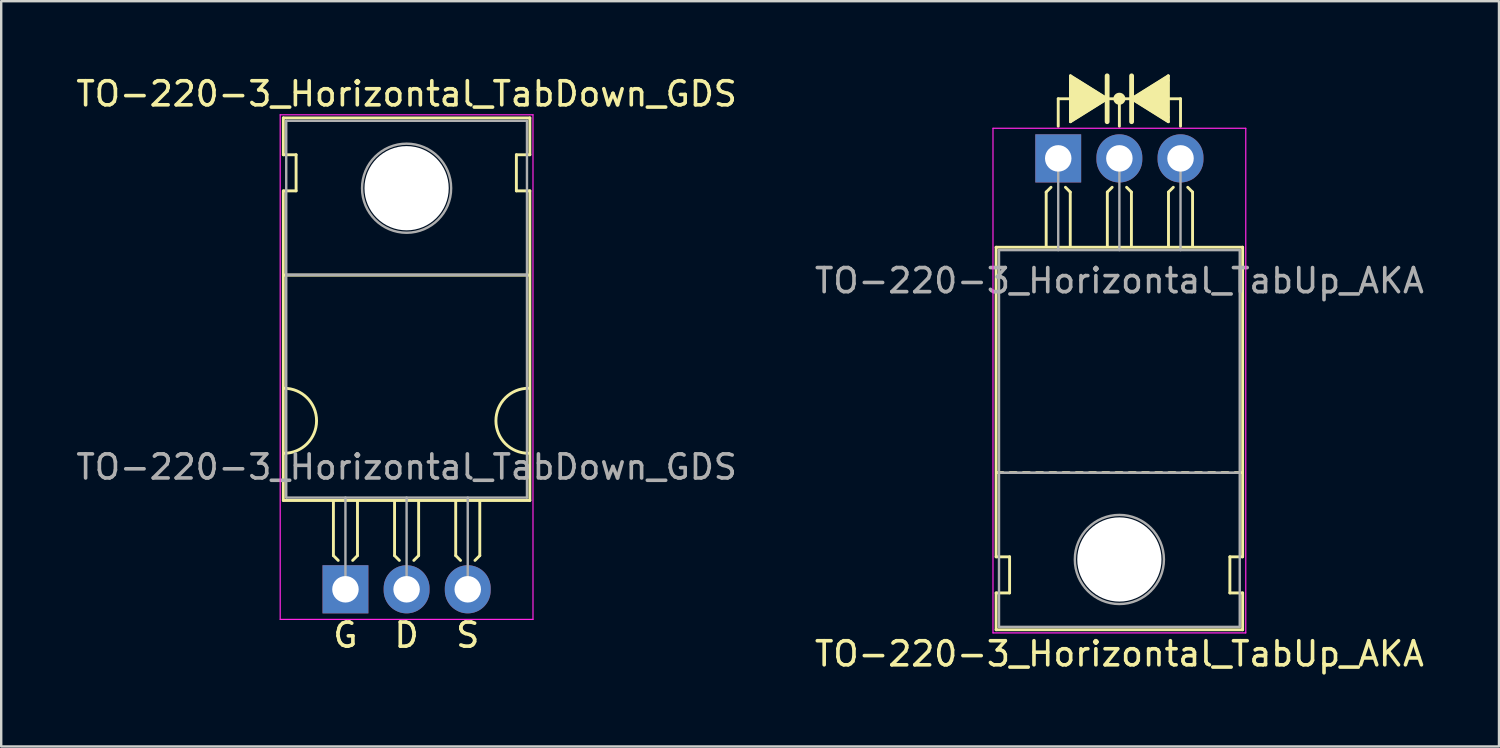
<source format=kicad_pcb>
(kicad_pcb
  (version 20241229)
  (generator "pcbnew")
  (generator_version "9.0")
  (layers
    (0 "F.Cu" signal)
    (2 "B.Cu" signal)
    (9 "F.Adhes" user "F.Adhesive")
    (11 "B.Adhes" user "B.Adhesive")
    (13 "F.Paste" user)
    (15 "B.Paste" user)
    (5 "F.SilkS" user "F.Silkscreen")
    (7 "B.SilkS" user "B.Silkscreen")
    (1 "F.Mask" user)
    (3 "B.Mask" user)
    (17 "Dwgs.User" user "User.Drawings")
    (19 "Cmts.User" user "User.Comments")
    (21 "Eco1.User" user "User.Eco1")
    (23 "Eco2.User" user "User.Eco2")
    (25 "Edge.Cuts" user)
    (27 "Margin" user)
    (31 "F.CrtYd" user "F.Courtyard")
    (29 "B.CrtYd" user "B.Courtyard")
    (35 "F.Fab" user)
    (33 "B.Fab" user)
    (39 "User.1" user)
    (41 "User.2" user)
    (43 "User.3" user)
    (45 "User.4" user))
  (footprint "TO-220-3_Horizontal_TabUp_AKA"
    (layer "F.Cu")
    (at 40.906 3.529)
    (property "Reference" "TO-220-3_Horizontal_TabUp_AKA" (at 2.54 20.58 0) (layer "F.SilkS") (effects (font (size 1 1) (thickness 0.15))))
    (attr through_hole)
    (fp_line (start -2.58 16.55) (end -2.58 3.69) (stroke (width 0.12) (type solid)) (layer "F.SilkS"))
    (fp_line (start -2.58 16.55) (end -2.02 16.55) (stroke (width 0.12) (type solid)) (layer "F.SilkS"))
    (fp_line (start -2.58 19.58) (end -2.58 18.05) (stroke (width 0.12) (type solid)) (layer "F.SilkS"))
    (fp_line (start -2.3 13.05) (end -2.55 13.05) (stroke (width 0.12) (type solid)) (layer "F.SilkS"))
    (fp_line (start -2.02 16.55) (end -2.02 18.05) (stroke (width 0.12) (type solid)) (layer "F.SilkS"))
    (fp_line (start -2.02 18.05) (end -2.58 18.05) (stroke (width 0.12) (type solid)) (layer "F.SilkS"))
    (fp_line (start -1.75 13.05) (end -2 13.05) (stroke (width 0.12) (type solid)) (layer "F.SilkS"))
    (fp_line (start -1.2 13.05) (end -1.45 13.05) (stroke (width 0.12) (type solid)) (layer "F.SilkS"))
    (fp_line (start -0.65 13.05) (end -0.9 13.05) (stroke (width 0.12) (type solid)) (layer "F.SilkS"))
    (fp_line (start -0.5 1.4) (end -0.3 1.2) (stroke (width 0.12) (type solid)) (layer "F.SilkS"))
    (fp_line (start -0.5 3.65) (end -0.5 1.4) (stroke (width 0.12) (type solid)) (layer "F.SilkS"))
    (fp_line (start -0.1 13.05) (end -0.35 13.05) (stroke (width 0.12) (type solid)) (layer "F.SilkS"))
    (fp_line (start 0 -2.477) (end 0.508 -2.477) (stroke (width 0.12) (type solid)) (layer "F.SilkS"))
    (fp_line (start 0 -1.333) (end 0 -2.477) (stroke (width 0.12) (type solid)) (layer "F.SilkS"))
    (fp_line (start 0.45 13.05) (end 0.2 13.05) (stroke (width 0.12) (type solid)) (layer "F.SilkS"))
    (fp_line (start 0.5 1.4) (end 0.3 1.2) (stroke (width 0.12) (type solid)) (layer "F.SilkS"))
    (fp_line (start 0.5 3.65) (end 0.5 1.4) (stroke (width 0.12) (type solid)) (layer "F.SilkS"))
    (fp_line (start 0.508 -3.429) (end 0.508 -1.524) (stroke (width 0.12) (type solid)) (layer "F.SilkS"))
    (fp_line (start 0.508 -1.524) (end 2.032 -2.477) (stroke (width 0.12) (type solid)) (layer "F.SilkS"))
    (fp_line (start 1 13.05) (end 0.75 13.05) (stroke (width 0.12) (type solid)) (layer "F.SilkS"))
    (fp_line (start 1.55 13.05) (end 1.3 13.05) (stroke (width 0.12) (type solid)) (layer "F.SilkS"))
    (fp_line (start 2.032 -2.477) (end 0.508 -3.429) (stroke (width 0.12) (type solid)) (layer "F.SilkS"))
    (fp_line (start 2.032 -1.524) (end 2.032 -3.429) (stroke (width 0.2) (type solid)) (layer "F.SilkS"))
    (fp_line (start 2.04 1.4) (end 2.24 1.2) (stroke (width 0.12) (type solid)) (layer "F.SilkS"))
    (fp_line (start 2.04 3.65) (end 2.04 1.4) (stroke (width 0.12) (type solid)) (layer "F.SilkS"))
    (fp_line (start 2.1 13.05) (end 1.85 13.05) (stroke (width 0.12) (type solid)) (layer "F.SilkS"))
    (fp_line (start 2.54 -2.477) (end 2.032 -2.477) (stroke (width 0.12) (type solid)) (layer "F.SilkS"))
    (fp_line (start 2.54 -2.477) (end 3.048 -2.477) (stroke (width 0.12) (type solid)) (layer "F.SilkS"))
    (fp_line (start 2.54 -1.333) (end 2.54 -2.477) (stroke (width 0.12) (type solid)) (layer "F.SilkS"))
    (fp_line (start 2.65 13.05) (end 2.4 13.05) (stroke (width 0.12) (type solid)) (layer "F.SilkS"))
    (fp_line (start 3.04 1.4) (end 2.84 1.2) (stroke (width 0.12) (type solid)) (layer "F.SilkS"))
    (fp_line (start 3.04 3.65) (end 3.04 1.4) (stroke (width 0.12) (type solid)) (layer "F.SilkS"))
    (fp_line (start 3.048 -3.429) (end 3.048 -1.524) (stroke (width 0.2) (type solid)) (layer "F.SilkS"))
    (fp_line (start 3.048 -2.477) (end 4.572 -3.429) (stroke (width 0.12) (type solid)) (layer "F.SilkS"))
    (fp_line (start 3.048 -2.477) (end 4.572 -1.524) (stroke (width 0.12) (type solid)) (layer "F.SilkS"))
    (fp_line (start 3.2 13.05) (end 2.95 13.05) (stroke (width 0.12) (type solid)) (layer "F.SilkS"))
    (fp_line (start 3.75 13.05) (end 3.5 13.05) (stroke (width 0.12) (type solid)) (layer "F.SilkS"))
    (fp_line (start 4.3 13.05) (end 4.05 13.05) (stroke (width 0.12) (type solid)) (layer "F.SilkS"))
    (fp_line (start 4.572 -3.239) (end 4.572 -3.429) (stroke (width 0.12) (type solid)) (layer "F.SilkS"))
    (fp_line (start 4.572 -1.714) (end 4.572 -3.239) (stroke (width 0.12) (type solid)) (layer "F.SilkS"))
    (fp_line (start 4.572 -1.714) (end 4.572 -1.524) (stroke (width 0.12) (type solid)) (layer "F.SilkS"))
    (fp_line (start 4.58 1.4) (end 4.78 1.2) (stroke (width 0.12) (type solid)) (layer "F.SilkS"))
    (fp_line (start 4.58 3.65) (end 4.58 1.4) (stroke (width 0.12) (type solid)) (layer "F.SilkS"))
    (fp_line (start 4.85 13.05) (end 4.6 13.05) (stroke (width 0.12) (type solid)) (layer "F.SilkS"))
    (fp_line (start 5.08 -2.477) (end 4.572 -2.477) (stroke (width 0.12) (type solid)) (layer "F.SilkS"))
    (fp_line (start 5.08 -1.333) (end 5.08 -2.477) (stroke (width 0.12) (type solid)) (layer "F.SilkS"))
    (fp_line (start 5.4 13.05) (end 5.15 13.05) (stroke (width 0.12) (type solid)) (layer "F.SilkS"))
    (fp_line (start 5.58 1.4) (end 5.38 1.2) (stroke (width 0.12) (type solid)) (layer "F.SilkS"))
    (fp_line (start 5.58 3.65) (end 5.58 1.4) (stroke (width 0.12) (type solid)) (layer "F.SilkS"))
    (fp_line (start 5.95 13.05) (end 5.7 13.05) (stroke (width 0.12) (type solid)) (layer "F.SilkS"))
    (fp_line (start 6.5 13.05) (end 6.25 13.05) (stroke (width 0.12) (type solid)) (layer "F.SilkS"))
    (fp_line (start 7.05 13.05) (end 6.8 13.05) (stroke (width 0.12) (type solid)) (layer "F.SilkS"))
    (fp_line (start 7.13 16.55) (end 7.655 16.55) (stroke (width 0.12) (type solid)) (layer "F.SilkS"))
    (fp_line (start 7.13 18.05) (end 7.13 16.55) (stroke (width 0.12) (type solid)) (layer "F.SilkS"))
    (fp_line (start 7.6 13.05) (end 7.35 13.05) (stroke (width 0.12) (type solid)) (layer "F.SilkS"))
    (fp_line (start 7.66 3.69) (end -2.58 3.69) (stroke (width 0.12) (type solid)) (layer "F.SilkS"))
    (fp_line (start 7.66 16.55) (end 7.66 3.69) (stroke (width 0.12) (type solid)) (layer "F.SilkS"))
    (fp_line (start 7.66 18.05) (end 7.13 18.05) (stroke (width 0.12) (type solid)) (layer "F.SilkS"))
    (fp_line (start 7.66 19.58) (end -2.58 19.58) (stroke (width 0.12) (type solid)) (layer "F.SilkS"))
    (fp_line (start 7.66 19.58) (end 7.66 18.05) (stroke (width 0.12) (type solid)) (layer "F.SilkS"))
    (fp_circle (center 2.54 -2.477) (end 2.54 -2.667) (stroke (width 0.12) (type solid)) (fill no) (layer "F.SilkS"))
    (fp_circle (center 2.54 -2.477) (end 2.54 -2.603) (stroke (width 0.12) (type solid)) (fill no) (layer "F.SilkS"))
    (fp_circle (center 2.54 -2.477) (end 2.54 -2.54) (stroke (width 0.12) (type solid)) (fill no) (layer "F.SilkS"))
    (fp_poly (pts (xy 0.508 -3.429) (xy 2.032 -2.477) (xy 0.508 -1.524)) (stroke (width 0.1) (type solid)) (fill yes) (layer "F.SilkS"))
    (fp_poly (pts (xy 3.048 -2.477) (xy 4.572 -3.429) (xy 4.572 -1.524)) (stroke (width 0.1) (type solid)) (fill yes) (layer "F.SilkS"))
    (fp_line (start -2.71 -1.25) (end -2.71 19.71) (stroke (width 0.05) (type solid)) (layer "F.CrtYd"))
    (fp_line (start -2.71 19.71) (end 7.79 19.71) (stroke (width 0.05) (type solid)) (layer "F.CrtYd"))
    (fp_line (start 7.79 -1.25) (end -2.71 -1.25) (stroke (width 0.05) (type solid)) (layer "F.CrtYd"))
    (fp_line (start 7.79 19.71) (end 7.79 -1.25) (stroke (width 0.05) (type solid)) (layer "F.CrtYd"))
    (fp_line (start -2.46 3.81) (end -2.46 13.06) (stroke (width 0.1) (type solid)) (layer "F.Fab"))
    (fp_line (start -2.46 13.06) (end -2.46 19.46) (stroke (width 0.1) (type solid)) (layer "F.Fab"))
    (fp_line (start -2.46 13.06) (end 7.54 13.06) (stroke (width 0.1) (type solid)) (layer "F.Fab"))
    (fp_line (start -2.46 19.46) (end 7.54 19.46) (stroke (width 0.1) (type solid)) (layer "F.Fab"))
    (fp_line (start 0 3.81) (end 0 0) (stroke (width 0.1) (type solid)) (layer "F.Fab"))
    (fp_line (start 2.54 3.81) (end 2.54 0) (stroke (width 0.1) (type solid)) (layer "F.Fab"))
    (fp_line (start 5.08 3.81) (end 5.08 0) (stroke (width 0.1) (type solid)) (layer "F.Fab"))
    (fp_line (start 7.54 3.81) (end -2.46 3.81) (stroke (width 0.1) (type solid)) (layer "F.Fab"))
    (fp_line (start 7.54 13.06) (end -2.46 13.06) (stroke (width 0.1) (type solid)) (layer "F.Fab"))
    (fp_line (start 7.54 13.06) (end 7.54 3.81) (stroke (width 0.1) (type solid)) (layer "F.Fab"))
    (fp_line (start 7.54 19.46) (end 7.54 13.06) (stroke (width 0.1) (type solid)) (layer "F.Fab"))
    (fp_circle (center 2.54 16.66) (end 4.39 16.66) (stroke (width 0.1) (type solid)) (fill no) (layer "F.Fab"))
    (fp_text user "${REFERENCE}" (at 2.54 5.08 0) (layer "F.Fab") (effects (font (size 1 1) (thickness 0.15))))
    (pad "" np_thru_hole oval (at 2.54 16.66) (size 3.5 3.5) (drill 3.5) (layers "*.Cu" "*.Mask"))
    (pad "1" thru_hole rect (at 0 0) (size 1.905 2) (drill 1.1) (layers "*.Cu" "*.Mask"))
    (pad "2" thru_hole oval (at 2.54 0) (size 1.905 2) (drill 1.1) (layers "*.Cu" "*.Mask"))
    (pad "3" thru_hole oval (at 5.08 0) (size 1.905 2) (drill 1.1) (layers "*.Cu" "*.Mask")))
  (footprint "TO-220-3_Horizontal_TabDown_GDS"
    (layer "F.Cu")
    (at 11.299 21.428)
    (property "Reference" "TO-220-3_Horizontal_TabDown_GDS" (at 2.54 -20.58 0) (layer "F.SilkS") (effects (font (size 1 1) (thickness 0.15))))
    (fp_line (start -2.58 -19.58) (end -2.58 -18.05) (stroke (width 0.12) (type solid)) (layer "F.SilkS"))
    (fp_line (start -2.58 -19.58) (end 7.66 -19.58) (stroke (width 0.12) (type solid)) (layer "F.SilkS"))
    (fp_line (start -2.58 -18.05) (end -2.05 -18.05) (stroke (width 0.12) (type solid)) (layer "F.SilkS"))
    (fp_line (start -2.58 -16.55) (end -2.58 -3.69) (stroke (width 0.12) (type solid)) (layer "F.SilkS"))
    (fp_line (start -2.58 -3.69) (end 7.66 -3.69) (stroke (width 0.12) (type solid)) (layer "F.SilkS"))
    (fp_line (start -2.575 -13.05) (end 7.65 -13.05) (stroke (width 0.12) (type solid)) (layer "F.SilkS"))
    (fp_line (start -2.05 -18.05) (end -2.05 -16.55) (stroke (width 0.12) (type solid)) (layer "F.SilkS"))
    (fp_line (start -2.05 -16.55) (end -2.575 -16.55) (stroke (width 0.12) (type solid)) (layer "F.SilkS"))
    (fp_line (start -0.5 -3.65) (end -0.5 -1.4) (stroke (width 0.12) (type solid)) (layer "F.SilkS"))
    (fp_line (start -0.5 -1.4) (end -0.3 -1.2) (stroke (width 0.12) (type solid)) (layer "F.SilkS"))
    (fp_line (start 0.5 -3.65) (end 0.5 -1.4) (stroke (width 0.12) (type solid)) (layer "F.SilkS"))
    (fp_line (start 0.5 -1.4) (end 0.3 -1.2) (stroke (width 0.12) (type solid)) (layer "F.SilkS"))
    (fp_line (start 2.04 -3.65) (end 2.04 -1.4) (stroke (width 0.12) (type solid)) (layer "F.SilkS"))
    (fp_line (start 2.04 -1.4) (end 2.24 -1.2) (stroke (width 0.12) (type solid)) (layer "F.SilkS"))
    (fp_line (start 3.04 -3.65) (end 3.04 -1.4) (stroke (width 0.12) (type solid)) (layer "F.SilkS"))
    (fp_line (start 3.04 -1.4) (end 2.84 -1.2) (stroke (width 0.12) (type solid)) (layer "F.SilkS"))
    (fp_line (start 4.58 -3.65) (end 4.58 -1.4) (stroke (width 0.12) (type solid)) (layer "F.SilkS"))
    (fp_line (start 4.58 -1.4) (end 4.78 -1.2) (stroke (width 0.12) (type solid)) (layer "F.SilkS"))
    (fp_line (start 5.58 -3.65) (end 5.58 -1.4) (stroke (width 0.12) (type solid)) (layer "F.SilkS"))
    (fp_line (start 5.58 -1.4) (end 5.38 -1.2) (stroke (width 0.12) (type solid)) (layer "F.SilkS"))
    (fp_line (start 7.1 -18.05) (end 7.66 -18.05) (stroke (width 0.12) (type solid)) (layer "F.SilkS"))
    (fp_line (start 7.1 -16.55) (end 7.1 -18.05) (stroke (width 0.12) (type solid)) (layer "F.SilkS"))
    (fp_line (start 7.66 -19.58) (end 7.66 -18.05) (stroke (width 0.12) (type solid)) (layer "F.SilkS"))
    (fp_line (start 7.66 -16.55) (end 7.1 -16.55) (stroke (width 0.12) (type solid)) (layer "F.SilkS"))
    (fp_line (start 7.66 -16.55) (end 7.66 -3.69) (stroke (width 0.12) (type solid)) (layer "F.SilkS"))
    (fp_arc (start -2.55 -8.35) (mid -1.2 -7) (end -2.55 -5.65) (stroke (width 0.12) (type solid)) (layer "F.SilkS"))
    (fp_arc (start 7.6 -5.65) (mid 6.25 -7) (end 7.6 -8.35) (stroke (width 0.12) (type solid)) (layer "F.SilkS"))
    (fp_line (start -2.71 -19.71) (end -2.71 1.25) (stroke (width 0.05) (type solid)) (layer "F.CrtYd"))
    (fp_line (start -2.71 1.25) (end 7.79 1.25) (stroke (width 0.05) (type solid)) (layer "F.CrtYd"))
    (fp_line (start 7.79 -19.71) (end -2.71 -19.71) (stroke (width 0.05) (type solid)) (layer "F.CrtYd"))
    (fp_line (start 7.79 1.25) (end 7.79 -19.71) (stroke (width 0.05) (type solid)) (layer "F.CrtYd"))
    (fp_line (start -2.46 -19.46) (end 7.54 -19.46) (stroke (width 0.1) (type solid)) (layer "F.Fab"))
    (fp_line (start -2.46 -13.06) (end -2.46 -19.46) (stroke (width 0.1) (type solid)) (layer "F.Fab"))
    (fp_line (start -2.46 -13.06) (end 7.54 -13.06) (stroke (width 0.1) (type solid)) (layer "F.Fab"))
    (fp_line (start -2.46 -3.81) (end -2.46 -13.06) (stroke (width 0.1) (type solid)) (layer "F.Fab"))
    (fp_line (start 0 -3.81) (end 0 0) (stroke (width 0.1) (type solid)) (layer "F.Fab"))
    (fp_line (start 2.54 -3.81) (end 2.54 0) (stroke (width 0.1) (type solid)) (layer "F.Fab"))
    (fp_line (start 5.08 -3.81) (end 5.08 0) (stroke (width 0.1) (type solid)) (layer "F.Fab"))
    (fp_line (start 7.54 -19.46) (end 7.54 -13.06) (stroke (width 0.1) (type solid)) (layer "F.Fab"))
    (fp_line (start 7.54 -13.06) (end -2.46 -13.06) (stroke (width 0.1) (type solid)) (layer "F.Fab"))
    (fp_line (start 7.54 -13.06) (end 7.54 -3.81) (stroke (width 0.1) (type solid)) (layer "F.Fab"))
    (fp_line (start 7.54 -3.81) (end -2.46 -3.81) (stroke (width 0.1) (type solid)) (layer "F.Fab"))
    (fp_circle (center 2.54 -16.66) (end 4.39 -16.66) (stroke (width 0.1) (type solid)) (fill no) (layer "F.Fab"))
    (fp_text user "G" (at 0 1.905 0) (unlocked yes) (layer "F.SilkS") (effects (font (size 1 1) (thickness 0.15))))
    (fp_text user "S" (at 5.08 1.905 0) (unlocked yes) (layer "F.SilkS") (effects (font (size 1 1) (thickness 0.15))))
    (fp_text user "D" (at 2.54 1.905 0) (unlocked yes) (layer "F.SilkS") (effects (font (size 1 1) (thickness 0.15))))
    (fp_text user "${REFERENCE}" (at 2.54 -5.08 0) (layer "F.Fab") (effects (font (size 1 1) (thickness 0.15))))
    (pad "" np_thru_hole oval (at 2.54 -16.66) (size 3.5 3.5) (drill 3.5) (layers "*.Cu" "*.Mask"))
    (pad "1" thru_hole rect (at 0 0) (size 1.905 2) (drill 1.1) (layers "*.Cu" "*.Mask"))
    (pad "2" thru_hole oval (at 2.54 0) (size 1.905 2) (drill 1.1) (layers "*.Cu" "*.Mask"))
    (pad "3" thru_hole oval (at 5.08 0) (size 1.905 2) (drill 1.1) (layers "*.Cu" "*.Mask")))
  (gr_rect
    (start -3 -3)
    (end 59.214 27.957)
    (stroke (width 0.1) (type default))
    (fill no)
    (layer "Edge.Cuts")))
</source>
